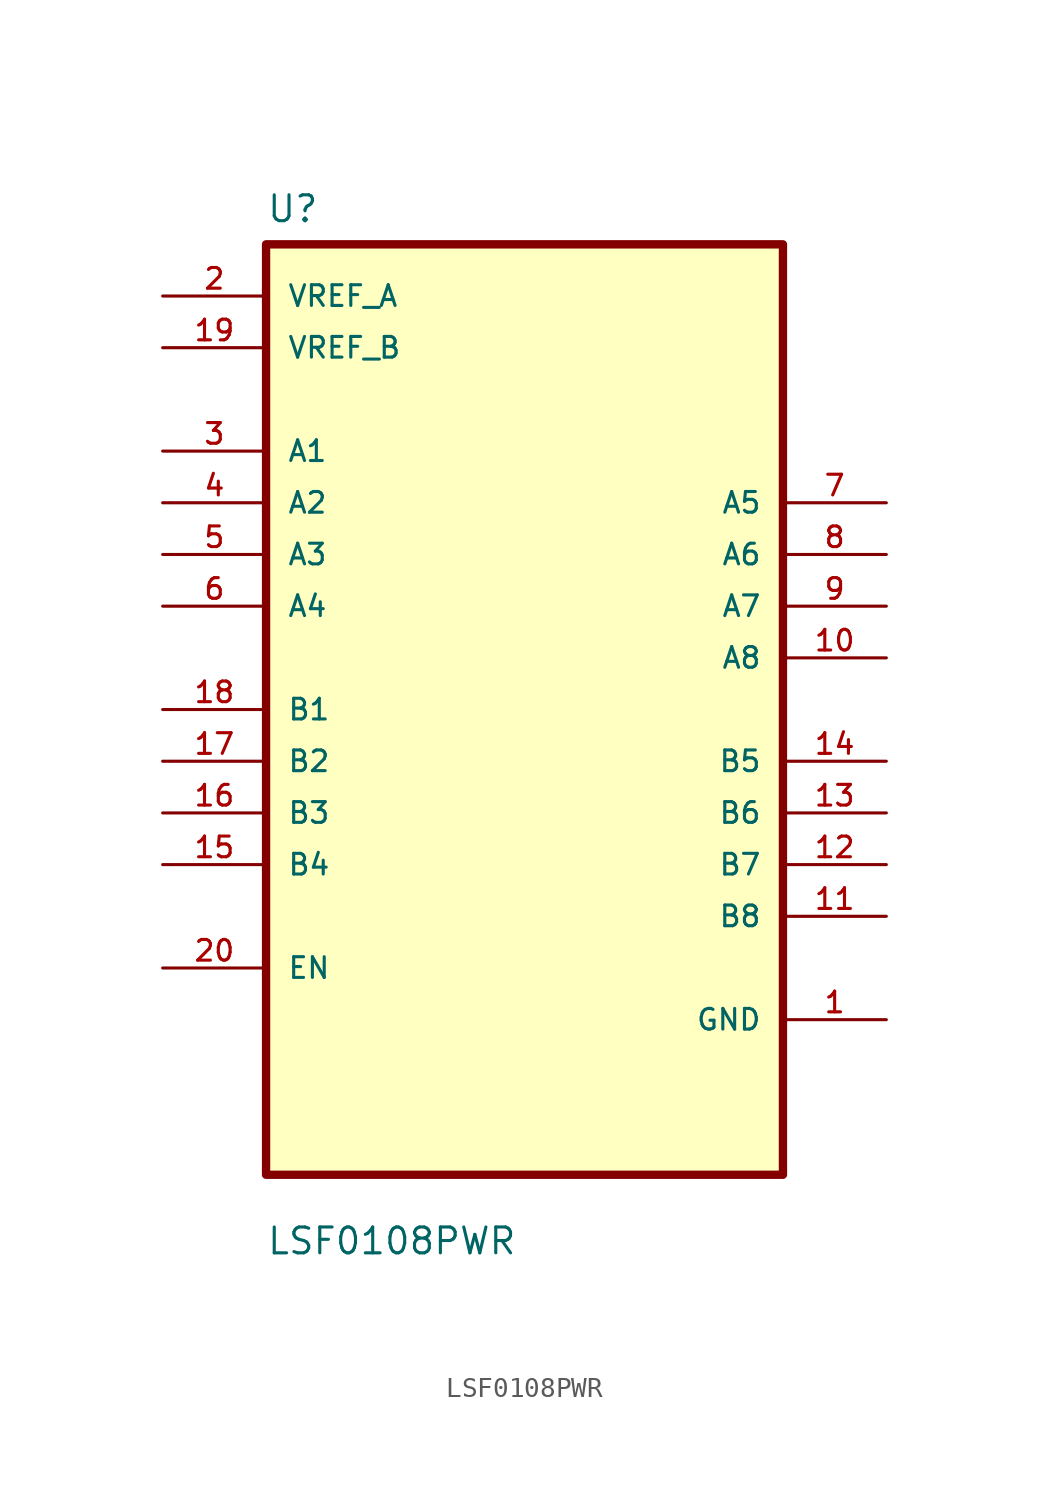
<source format=kicad_sym>
(kicad_symbol_lib
  (version 20211014)
  (generator kicad_symbol_editor)
  (symbol "LSF0108PWR"
    (pin_names
      (offset 1.016))
    (property "Reference" "U"
      (at -12.7 23.86 0)
      (effects (font (size 1.27 1.27)) (justify left bottom)))
    (property "Value" "LSF0108PWR"
      (at -12.7 -26.86 0)
      (effects (font (size 1.27 1.27)) (justify left bottom)))
    (symbol "LSF0108PWR_0_0"
      (rectangle (start -12.7 -22.86) (end 12.7 22.86) (stroke (width 0.41) (type default) (color 0 0 0 0)) (fill (type background)))
      (pin power_in line (at 17.78 -15.24 180) (length 5.08) (name "GND" (effects (font (size 1.016 1.016)))) (number "1" (effects (font (size 1.016 1.016)))))
      (pin bidirectional line (at 17.78 2.54 180) (length 5.08) (name "A8" (effects (font (size 1.016 1.016)))) (number "10" (effects (font (size 1.016 1.016)))))
      (pin bidirectional line (at 17.78 -10.16 180) (length 5.08) (name "B8" (effects (font (size 1.016 1.016)))) (number "11" (effects (font (size 1.016 1.016)))))
      (pin bidirectional line (at 17.78 -7.62 180) (length 5.08) (name "B7" (effects (font (size 1.016 1.016)))) (number "12" (effects (font (size 1.016 1.016)))))
      (pin bidirectional line (at 17.78 -5.08 180) (length 5.08) (name "B6" (effects (font (size 1.016 1.016)))) (number "13" (effects (font (size 1.016 1.016)))))
      (pin bidirectional line (at 17.78 -2.54 180) (length 5.08) (name "B5" (effects (font (size 1.016 1.016)))) (number "14" (effects (font (size 1.016 1.016)))))
      (pin bidirectional line (at -17.78 -7.62 0) (length 5.08) (name "B4" (effects (font (size 1.016 1.016)))) (number "15" (effects (font (size 1.016 1.016)))))
      (pin bidirectional line (at -17.78 -5.08 0) (length 5.08) (name "B3" (effects (font (size 1.016 1.016)))) (number "16" (effects (font (size 1.016 1.016)))))
      (pin bidirectional line (at -17.78 -2.54 0) (length 5.08) (name "B2" (effects (font (size 1.016 1.016)))) (number "17" (effects (font (size 1.016 1.016)))))
      (pin bidirectional line (at -17.78 0 0) (length 5.08) (name "B1" (effects (font (size 1.016 1.016)))) (number "18" (effects (font (size 1.016 1.016)))))
      (pin input line (at -17.78 17.78 0) (length 5.08) (name "VREF_B" (effects (font (size 1.016 1.016)))) (number "19" (effects (font (size 1.016 1.016)))))
      (pin input line (at -17.78 20.32 0) (length 5.08) (name "VREF_A" (effects (font (size 1.016 1.016)))) (number "2" (effects (font (size 1.016 1.016)))))
      (pin bidirectional line (at -17.78 -12.7 0) (length 5.08) (name "EN" (effects (font (size 1.016 1.016)))) (number "20" (effects (font (size 1.016 1.016)))))
      (pin bidirectional line (at -17.78 12.7 0) (length 5.08) (name "A1" (effects (font (size 1.016 1.016)))) (number "3" (effects (font (size 1.016 1.016)))))
      (pin bidirectional line (at -17.78 10.16 0) (length 5.08) (name "A2" (effects (font (size 1.016 1.016)))) (number "4" (effects (font (size 1.016 1.016)))))
      (pin bidirectional line (at -17.78 7.62 0) (length 5.08) (name "A3" (effects (font (size 1.016 1.016)))) (number "5" (effects (font (size 1.016 1.016)))))
      (pin bidirectional line (at -17.78 5.08 0) (length 5.08) (name "A4" (effects (font (size 1.016 1.016)))) (number "6" (effects (font (size 1.016 1.016)))))
      (pin bidirectional line (at 17.78 10.16 180) (length 5.08) (name "A5" (effects (font (size 1.016 1.016)))) (number "7" (effects (font (size 1.016 1.016)))))
      (pin bidirectional line (at 17.78 7.62 180) (length 5.08) (name "A6" (effects (font (size 1.016 1.016)))) (number "8" (effects (font (size 1.016 1.016)))))
      (pin bidirectional line (at 17.78 5.08 180) (length 5.08) (name "A7" (effects (font (size 1.016 1.016)))) (number "9" (effects (font (size 1.016 1.016))))))))
</source>
